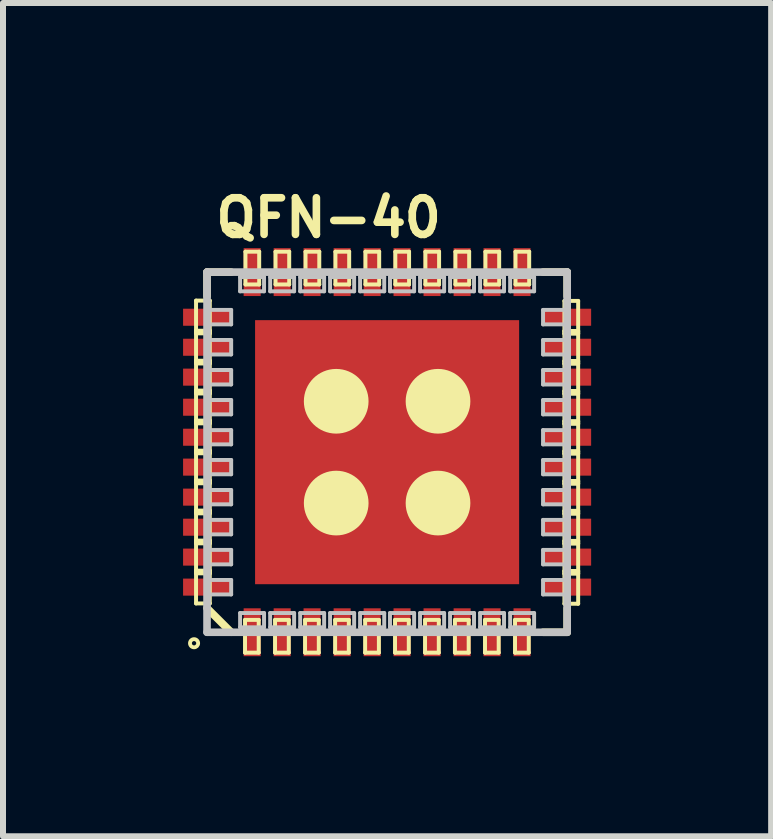
<source format=kicad_pcb>
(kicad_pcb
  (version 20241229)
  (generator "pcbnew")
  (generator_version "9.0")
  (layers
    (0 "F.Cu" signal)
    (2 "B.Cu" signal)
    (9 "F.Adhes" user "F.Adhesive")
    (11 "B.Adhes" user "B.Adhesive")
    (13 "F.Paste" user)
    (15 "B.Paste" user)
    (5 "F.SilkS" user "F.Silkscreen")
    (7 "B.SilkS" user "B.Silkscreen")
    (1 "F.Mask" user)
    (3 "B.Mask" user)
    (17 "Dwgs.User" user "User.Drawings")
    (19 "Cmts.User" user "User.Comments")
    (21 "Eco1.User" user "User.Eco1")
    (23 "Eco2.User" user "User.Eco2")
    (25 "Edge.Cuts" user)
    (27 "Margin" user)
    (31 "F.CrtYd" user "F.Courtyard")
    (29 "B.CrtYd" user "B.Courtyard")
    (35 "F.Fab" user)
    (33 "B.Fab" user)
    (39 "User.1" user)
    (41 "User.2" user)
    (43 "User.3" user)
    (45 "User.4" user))
  (footprint "QFN-40"
    (layer "F.Cu")
    (at 3.399 4.483)
    (property "Reference" "QFN-40" (at -0.975 -3.904 0) (layer "F.SilkS") (effects (font (size 0.61 0.61) (thickness 0.127))))
    (attr smd)
    (fp_line (start -3.183 -2.525) (end -2.954 -2.525) (stroke (width 0.066) (type solid)) (layer "F.SilkS"))
    (fp_line (start -3.183 -2.024) (end -2.954 -2.024) (stroke (width 0.066) (type solid)) (layer "F.SilkS"))
    (fp_line (start -3.183 -1.979) (end -3.183 -2.525) (stroke (width 0.066) (type solid)) (layer "F.SilkS"))
    (fp_line (start -3.183 -1.979) (end -2.954 -1.979) (stroke (width 0.066) (type solid)) (layer "F.SilkS"))
    (fp_line (start -3.183 -1.524) (end -2.954 -1.524) (stroke (width 0.066) (type solid)) (layer "F.SilkS"))
    (fp_line (start -3.183 -1.478) (end -3.183 -2.024) (stroke (width 0.066) (type solid)) (layer "F.SilkS"))
    (fp_line (start -3.183 -1.478) (end -2.954 -1.478) (stroke (width 0.066) (type solid)) (layer "F.SilkS"))
    (fp_line (start -3.183 -1.026) (end -2.954 -1.026) (stroke (width 0.066) (type solid)) (layer "F.SilkS"))
    (fp_line (start -3.183 -0.978) (end -3.183 -1.524) (stroke (width 0.066) (type solid)) (layer "F.SilkS"))
    (fp_line (start -3.183 -0.978) (end -2.954 -0.978) (stroke (width 0.066) (type solid)) (layer "F.SilkS"))
    (fp_line (start -3.183 -0.526) (end -2.954 -0.526) (stroke (width 0.066) (type solid)) (layer "F.SilkS"))
    (fp_line (start -3.183 -0.48) (end -3.183 -1.026) (stroke (width 0.066) (type solid)) (layer "F.SilkS"))
    (fp_line (start -3.183 -0.48) (end -2.954 -0.48) (stroke (width 0.066) (type solid)) (layer "F.SilkS"))
    (fp_line (start -3.183 -0.025) (end -2.954 -0.025) (stroke (width 0.066) (type solid)) (layer "F.SilkS"))
    (fp_line (start -3.183 0.018) (end -3.183 -0.526) (stroke (width 0.066) (type solid)) (layer "F.SilkS"))
    (fp_line (start -3.183 0.018) (end -2.954 0.018) (stroke (width 0.066) (type solid)) (layer "F.SilkS"))
    (fp_line (start -3.183 0.472) (end -2.954 0.472) (stroke (width 0.066) (type solid)) (layer "F.SilkS"))
    (fp_line (start -3.183 0.518) (end -3.183 -0.025) (stroke (width 0.066) (type solid)) (layer "F.SilkS"))
    (fp_line (start -3.183 0.518) (end -2.954 0.518) (stroke (width 0.066) (type solid)) (layer "F.SilkS"))
    (fp_line (start -3.183 0.973) (end -2.954 0.973) (stroke (width 0.066) (type solid)) (layer "F.SilkS"))
    (fp_line (start -3.183 1.019) (end -3.183 0.472) (stroke (width 0.066) (type solid)) (layer "F.SilkS"))
    (fp_line (start -3.183 1.019) (end -2.954 1.019) (stroke (width 0.066) (type solid)) (layer "F.SilkS"))
    (fp_line (start -3.183 1.473) (end -2.954 1.473) (stroke (width 0.066) (type solid)) (layer "F.SilkS"))
    (fp_line (start -3.183 1.519) (end -3.183 0.973) (stroke (width 0.066) (type solid)) (layer "F.SilkS"))
    (fp_line (start -3.183 1.519) (end -2.954 1.519) (stroke (width 0.066) (type solid)) (layer "F.SilkS"))
    (fp_line (start -3.183 1.974) (end -2.954 1.974) (stroke (width 0.066) (type solid)) (layer "F.SilkS"))
    (fp_line (start -3.183 2.019) (end -3.183 1.473) (stroke (width 0.066) (type solid)) (layer "F.SilkS"))
    (fp_line (start -3.183 2.019) (end -2.954 2.019) (stroke (width 0.066) (type solid)) (layer "F.SilkS"))
    (fp_line (start -3.183 2.52) (end -3.183 1.974) (stroke (width 0.066) (type solid)) (layer "F.SilkS"))
    (fp_line (start -3.183 2.52) (end -2.954 2.52) (stroke (width 0.066) (type solid)) (layer "F.SilkS"))
    (fp_line (start -3 -3) (end -2.598 -3) (stroke (width 0.127) (type solid)) (layer "F.SilkS"))
    (fp_line (start -3 -2.598) (end -3 -3) (stroke (width 0.127) (type solid)) (layer "F.SilkS"))
    (fp_line (start -3 2.598) (end -2.598 3) (stroke (width 0.127) (type solid)) (layer "F.SilkS"))
    (fp_line (start -2.954 -1.979) (end -2.954 -2.525) (stroke (width 0.066) (type solid)) (layer "F.SilkS"))
    (fp_line (start -2.954 -1.478) (end -2.954 -2.024) (stroke (width 0.066) (type solid)) (layer "F.SilkS"))
    (fp_line (start -2.954 -0.978) (end -2.954 -1.524) (stroke (width 0.066) (type solid)) (layer "F.SilkS"))
    (fp_line (start -2.954 -0.48) (end -2.954 -1.026) (stroke (width 0.066) (type solid)) (layer "F.SilkS"))
    (fp_line (start -2.954 0.018) (end -2.954 -0.526) (stroke (width 0.066) (type solid)) (layer "F.SilkS"))
    (fp_line (start -2.954 0.518) (end -2.954 -0.025) (stroke (width 0.066) (type solid)) (layer "F.SilkS"))
    (fp_line (start -2.954 1.019) (end -2.954 0.472) (stroke (width 0.066) (type solid)) (layer "F.SilkS"))
    (fp_line (start -2.954 1.519) (end -2.954 0.973) (stroke (width 0.066) (type solid)) (layer "F.SilkS"))
    (fp_line (start -2.954 2.019) (end -2.954 1.473) (stroke (width 0.066) (type solid)) (layer "F.SilkS"))
    (fp_line (start -2.954 2.52) (end -2.954 1.974) (stroke (width 0.066) (type solid)) (layer "F.SilkS"))
    (fp_line (start -2.367 2.794) (end -2.139 2.794) (stroke (width 0.066) (type solid)) (layer "F.SilkS"))
    (fp_line (start -2.367 3.34) (end -2.367 2.794) (stroke (width 0.066) (type solid)) (layer "F.SilkS"))
    (fp_line (start -2.367 3.34) (end -2.139 3.34) (stroke (width 0.066) (type solid)) (layer "F.SilkS"))
    (fp_line (start -2.36 -3.34) (end -2.131 -3.34) (stroke (width 0.066) (type solid)) (layer "F.SilkS"))
    (fp_line (start -2.36 -2.794) (end -2.36 -3.34) (stroke (width 0.066) (type solid)) (layer "F.SilkS"))
    (fp_line (start -2.36 -2.794) (end -2.131 -2.794) (stroke (width 0.066) (type solid)) (layer "F.SilkS"))
    (fp_line (start -2.139 3.34) (end -2.139 2.794) (stroke (width 0.066) (type solid)) (layer "F.SilkS"))
    (fp_line (start -2.131 -2.794) (end -2.131 -3.34) (stroke (width 0.066) (type solid)) (layer "F.SilkS"))
    (fp_line (start -1.867 2.794) (end -1.638 2.794) (stroke (width 0.066) (type solid)) (layer "F.SilkS"))
    (fp_line (start -1.867 3.34) (end -1.867 2.794) (stroke (width 0.066) (type solid)) (layer "F.SilkS"))
    (fp_line (start -1.867 3.34) (end -1.638 3.34) (stroke (width 0.066) (type solid)) (layer "F.SilkS"))
    (fp_line (start -1.859 -3.34) (end -1.631 -3.34) (stroke (width 0.066) (type solid)) (layer "F.SilkS"))
    (fp_line (start -1.859 -2.794) (end -1.859 -3.34) (stroke (width 0.066) (type solid)) (layer "F.SilkS"))
    (fp_line (start -1.859 -2.794) (end -1.631 -2.794) (stroke (width 0.066) (type solid)) (layer "F.SilkS"))
    (fp_line (start -1.638 3.34) (end -1.638 2.794) (stroke (width 0.066) (type solid)) (layer "F.SilkS"))
    (fp_line (start -1.631 -2.794) (end -1.631 -3.34) (stroke (width 0.066) (type solid)) (layer "F.SilkS"))
    (fp_line (start -1.367 2.794) (end -1.138 2.794) (stroke (width 0.066) (type solid)) (layer "F.SilkS"))
    (fp_line (start -1.367 3.34) (end -1.367 2.794) (stroke (width 0.066) (type solid)) (layer "F.SilkS"))
    (fp_line (start -1.367 3.34) (end -1.138 3.34) (stroke (width 0.066) (type solid)) (layer "F.SilkS"))
    (fp_line (start -1.359 -3.34) (end -1.13 -3.34) (stroke (width 0.066) (type solid)) (layer "F.SilkS"))
    (fp_line (start -1.359 -2.794) (end -1.359 -3.34) (stroke (width 0.066) (type solid)) (layer "F.SilkS"))
    (fp_line (start -1.359 -2.794) (end -1.13 -2.794) (stroke (width 0.066) (type solid)) (layer "F.SilkS"))
    (fp_line (start -1.138 3.34) (end -1.138 2.794) (stroke (width 0.066) (type solid)) (layer "F.SilkS"))
    (fp_line (start -1.13 -2.794) (end -1.13 -3.34) (stroke (width 0.066) (type solid)) (layer "F.SilkS"))
    (fp_line (start -0.866 2.794) (end -0.638 2.794) (stroke (width 0.066) (type solid)) (layer "F.SilkS"))
    (fp_line (start -0.866 3.34) (end -0.866 2.794) (stroke (width 0.066) (type solid)) (layer "F.SilkS"))
    (fp_line (start -0.866 3.34) (end -0.638 3.34) (stroke (width 0.066) (type solid)) (layer "F.SilkS"))
    (fp_line (start -0.861 -3.34) (end -0.632 -3.34) (stroke (width 0.066) (type solid)) (layer "F.SilkS"))
    (fp_line (start -0.861 -2.794) (end -0.861 -3.34) (stroke (width 0.066) (type solid)) (layer "F.SilkS"))
    (fp_line (start -0.861 -2.794) (end -0.632 -2.794) (stroke (width 0.066) (type solid)) (layer "F.SilkS"))
    (fp_line (start -0.638 3.34) (end -0.638 2.794) (stroke (width 0.066) (type solid)) (layer "F.SilkS"))
    (fp_line (start -0.632 -2.794) (end -0.632 -3.34) (stroke (width 0.066) (type solid)) (layer "F.SilkS"))
    (fp_line (start -0.366 2.794) (end -0.137 2.794) (stroke (width 0.066) (type solid)) (layer "F.SilkS"))
    (fp_line (start -0.366 3.34) (end -0.366 2.794) (stroke (width 0.066) (type solid)) (layer "F.SilkS"))
    (fp_line (start -0.366 3.34) (end -0.137 3.34) (stroke (width 0.066) (type solid)) (layer "F.SilkS"))
    (fp_line (start -0.361 -3.34) (end -0.132 -3.34) (stroke (width 0.066) (type solid)) (layer "F.SilkS"))
    (fp_line (start -0.361 -2.794) (end -0.361 -3.34) (stroke (width 0.066) (type solid)) (layer "F.SilkS"))
    (fp_line (start -0.361 -2.794) (end -0.132 -2.794) (stroke (width 0.066) (type solid)) (layer "F.SilkS"))
    (fp_line (start -0.137 3.34) (end -0.137 2.794) (stroke (width 0.066) (type solid)) (layer "F.SilkS"))
    (fp_line (start -0.132 -2.794) (end -0.132 -3.34) (stroke (width 0.066) (type solid)) (layer "F.SilkS"))
    (fp_line (start 0.132 2.794) (end 0.361 2.794) (stroke (width 0.066) (type solid)) (layer "F.SilkS"))
    (fp_line (start 0.132 3.34) (end 0.132 2.794) (stroke (width 0.066) (type solid)) (layer "F.SilkS"))
    (fp_line (start 0.132 3.34) (end 0.361 3.34) (stroke (width 0.066) (type solid)) (layer "F.SilkS"))
    (fp_line (start 0.137 -3.34) (end 0.366 -3.34) (stroke (width 0.066) (type solid)) (layer "F.SilkS"))
    (fp_line (start 0.137 -2.794) (end 0.137 -3.34) (stroke (width 0.066) (type solid)) (layer "F.SilkS"))
    (fp_line (start 0.137 -2.794) (end 0.366 -2.794) (stroke (width 0.066) (type solid)) (layer "F.SilkS"))
    (fp_line (start 0.361 3.34) (end 0.361 2.794) (stroke (width 0.066) (type solid)) (layer "F.SilkS"))
    (fp_line (start 0.366 -2.794) (end 0.366 -3.34) (stroke (width 0.066) (type solid)) (layer "F.SilkS"))
    (fp_line (start 0.632 2.794) (end 0.861 2.794) (stroke (width 0.066) (type solid)) (layer "F.SilkS"))
    (fp_line (start 0.632 3.34) (end 0.632 2.794) (stroke (width 0.066) (type solid)) (layer "F.SilkS"))
    (fp_line (start 0.632 3.34) (end 0.861 3.34) (stroke (width 0.066) (type solid)) (layer "F.SilkS"))
    (fp_line (start 0.638 -3.34) (end 0.866 -3.34) (stroke (width 0.066) (type solid)) (layer "F.SilkS"))
    (fp_line (start 0.638 -2.794) (end 0.638 -3.34) (stroke (width 0.066) (type solid)) (layer "F.SilkS"))
    (fp_line (start 0.638 -2.794) (end 0.866 -2.794) (stroke (width 0.066) (type solid)) (layer "F.SilkS"))
    (fp_line (start 0.861 3.34) (end 0.861 2.794) (stroke (width 0.066) (type solid)) (layer "F.SilkS"))
    (fp_line (start 0.866 -2.794) (end 0.866 -3.34) (stroke (width 0.066) (type solid)) (layer "F.SilkS"))
    (fp_line (start 1.13 2.794) (end 1.359 2.794) (stroke (width 0.066) (type solid)) (layer "F.SilkS"))
    (fp_line (start 1.13 3.34) (end 1.13 2.794) (stroke (width 0.066) (type solid)) (layer "F.SilkS"))
    (fp_line (start 1.13 3.34) (end 1.359 3.34) (stroke (width 0.066) (type solid)) (layer "F.SilkS"))
    (fp_line (start 1.138 -3.34) (end 1.367 -3.34) (stroke (width 0.066) (type solid)) (layer "F.SilkS"))
    (fp_line (start 1.138 -2.794) (end 1.138 -3.34) (stroke (width 0.066) (type solid)) (layer "F.SilkS"))
    (fp_line (start 1.138 -2.794) (end 1.367 -2.794) (stroke (width 0.066) (type solid)) (layer "F.SilkS"))
    (fp_line (start 1.359 3.34) (end 1.359 2.794) (stroke (width 0.066) (type solid)) (layer "F.SilkS"))
    (fp_line (start 1.367 -2.794) (end 1.367 -3.34) (stroke (width 0.066) (type solid)) (layer "F.SilkS"))
    (fp_line (start 1.631 2.794) (end 1.859 2.794) (stroke (width 0.066) (type solid)) (layer "F.SilkS"))
    (fp_line (start 1.631 3.34) (end 1.631 2.794) (stroke (width 0.066) (type solid)) (layer "F.SilkS"))
    (fp_line (start 1.631 3.34) (end 1.859 3.34) (stroke (width 0.066) (type solid)) (layer "F.SilkS"))
    (fp_line (start 1.638 -3.34) (end 1.867 -3.34) (stroke (width 0.066) (type solid)) (layer "F.SilkS"))
    (fp_line (start 1.638 -2.794) (end 1.638 -3.34) (stroke (width 0.066) (type solid)) (layer "F.SilkS"))
    (fp_line (start 1.638 -2.794) (end 1.867 -2.794) (stroke (width 0.066) (type solid)) (layer "F.SilkS"))
    (fp_line (start 1.859 3.34) (end 1.859 2.794) (stroke (width 0.066) (type solid)) (layer "F.SilkS"))
    (fp_line (start 1.867 -2.794) (end 1.867 -3.34) (stroke (width 0.066) (type solid)) (layer "F.SilkS"))
    (fp_line (start 2.131 2.794) (end 2.36 2.794) (stroke (width 0.066) (type solid)) (layer "F.SilkS"))
    (fp_line (start 2.131 3.34) (end 2.131 2.794) (stroke (width 0.066) (type solid)) (layer "F.SilkS"))
    (fp_line (start 2.131 3.34) (end 2.36 3.34) (stroke (width 0.066) (type solid)) (layer "F.SilkS"))
    (fp_line (start 2.139 -3.34) (end 2.367 -3.34) (stroke (width 0.066) (type solid)) (layer "F.SilkS"))
    (fp_line (start 2.139 -2.794) (end 2.139 -3.34) (stroke (width 0.066) (type solid)) (layer "F.SilkS"))
    (fp_line (start 2.139 -2.794) (end 2.367 -2.794) (stroke (width 0.066) (type solid)) (layer "F.SilkS"))
    (fp_line (start 2.36 3.34) (end 2.36 2.794) (stroke (width 0.066) (type solid)) (layer "F.SilkS"))
    (fp_line (start 2.367 -2.794) (end 2.367 -3.34) (stroke (width 0.066) (type solid)) (layer "F.SilkS"))
    (fp_line (start 2.598 -3) (end 3 -3) (stroke (width 0.127) (type solid)) (layer "F.SilkS"))
    (fp_line (start 2.954 -2.52) (end 3.183 -2.52) (stroke (width 0.066) (type solid)) (layer "F.SilkS"))
    (fp_line (start 2.954 -2.019) (end 3.183 -2.019) (stroke (width 0.066) (type solid)) (layer "F.SilkS"))
    (fp_line (start 2.954 -1.974) (end 2.954 -2.52) (stroke (width 0.066) (type solid)) (layer "F.SilkS"))
    (fp_line (start 2.954 -1.974) (end 3.183 -1.974) (stroke (width 0.066) (type solid)) (layer "F.SilkS"))
    (fp_line (start 2.954 -1.519) (end 3.183 -1.519) (stroke (width 0.066) (type solid)) (layer "F.SilkS"))
    (fp_line (start 2.954 -1.473) (end 2.954 -2.019) (stroke (width 0.066) (type solid)) (layer "F.SilkS"))
    (fp_line (start 2.954 -1.473) (end 3.183 -1.473) (stroke (width 0.066) (type solid)) (layer "F.SilkS"))
    (fp_line (start 2.954 -1.019) (end 3.183 -1.019) (stroke (width 0.066) (type solid)) (layer "F.SilkS"))
    (fp_line (start 2.954 -0.973) (end 2.954 -1.519) (stroke (width 0.066) (type solid)) (layer "F.SilkS"))
    (fp_line (start 2.954 -0.973) (end 3.183 -0.973) (stroke (width 0.066) (type solid)) (layer "F.SilkS"))
    (fp_line (start 2.954 -0.518) (end 3.183 -0.518) (stroke (width 0.066) (type solid)) (layer "F.SilkS"))
    (fp_line (start 2.954 -0.472) (end 2.954 -1.019) (stroke (width 0.066) (type solid)) (layer "F.SilkS"))
    (fp_line (start 2.954 -0.472) (end 3.183 -0.472) (stroke (width 0.066) (type solid)) (layer "F.SilkS"))
    (fp_line (start 2.954 -0.018) (end 3.183 -0.018) (stroke (width 0.066) (type solid)) (layer "F.SilkS"))
    (fp_line (start 2.954 0.025) (end 2.954 -0.518) (stroke (width 0.066) (type solid)) (layer "F.SilkS"))
    (fp_line (start 2.954 0.025) (end 3.183 0.025) (stroke (width 0.066) (type solid)) (layer "F.SilkS"))
    (fp_line (start 2.954 0.48) (end 3.183 0.48) (stroke (width 0.066) (type solid)) (layer "F.SilkS"))
    (fp_line (start 2.954 0.526) (end 2.954 -0.018) (stroke (width 0.066) (type solid)) (layer "F.SilkS"))
    (fp_line (start 2.954 0.526) (end 3.183 0.526) (stroke (width 0.066) (type solid)) (layer "F.SilkS"))
    (fp_line (start 2.954 0.978) (end 3.183 0.978) (stroke (width 0.066) (type solid)) (layer "F.SilkS"))
    (fp_line (start 2.954 1.026) (end 2.954 0.48) (stroke (width 0.066) (type solid)) (layer "F.SilkS"))
    (fp_line (start 2.954 1.026) (end 3.183 1.026) (stroke (width 0.066) (type solid)) (layer "F.SilkS"))
    (fp_line (start 2.954 1.478) (end 3.183 1.478) (stroke (width 0.066) (type solid)) (layer "F.SilkS"))
    (fp_line (start 2.954 1.524) (end 2.954 0.978) (stroke (width 0.066) (type solid)) (layer "F.SilkS"))
    (fp_line (start 2.954 1.524) (end 3.183 1.524) (stroke (width 0.066) (type solid)) (layer "F.SilkS"))
    (fp_line (start 2.954 1.979) (end 3.183 1.979) (stroke (width 0.066) (type solid)) (layer "F.SilkS"))
    (fp_line (start 2.954 2.024) (end 2.954 1.478) (stroke (width 0.066) (type solid)) (layer "F.SilkS"))
    (fp_line (start 2.954 2.024) (end 3.183 2.024) (stroke (width 0.066) (type solid)) (layer "F.SilkS"))
    (fp_line (start 2.954 2.525) (end 2.954 1.979) (stroke (width 0.066) (type solid)) (layer "F.SilkS"))
    (fp_line (start 2.954 2.525) (end 3.183 2.525) (stroke (width 0.066) (type solid)) (layer "F.SilkS"))
    (fp_line (start 3 -3) (end 3 -2.598) (stroke (width 0.127) (type solid)) (layer "F.SilkS"))
    (fp_line (start 3 2.598) (end 3 3) (stroke (width 0.127) (type solid)) (layer "F.SilkS"))
    (fp_line (start 3 3) (end 2.598 3) (stroke (width 0.127) (type solid)) (layer "F.SilkS"))
    (fp_line (start 3.183 -1.974) (end 3.183 -2.52) (stroke (width 0.066) (type solid)) (layer "F.SilkS"))
    (fp_line (start 3.183 -1.473) (end 3.183 -2.019) (stroke (width 0.066) (type solid)) (layer "F.SilkS"))
    (fp_line (start 3.183 -0.973) (end 3.183 -1.519) (stroke (width 0.066) (type solid)) (layer "F.SilkS"))
    (fp_line (start 3.183 -0.472) (end 3.183 -1.019) (stroke (width 0.066) (type solid)) (layer "F.SilkS"))
    (fp_line (start 3.183 0.025) (end 3.183 -0.518) (stroke (width 0.066) (type solid)) (layer "F.SilkS"))
    (fp_line (start 3.183 0.526) (end 3.183 -0.018) (stroke (width 0.066) (type solid)) (layer "F.SilkS"))
    (fp_line (start 3.183 1.026) (end 3.183 0.48) (stroke (width 0.066) (type solid)) (layer "F.SilkS"))
    (fp_line (start 3.183 1.524) (end 3.183 0.978) (stroke (width 0.066) (type solid)) (layer "F.SilkS"))
    (fp_line (start 3.183 2.024) (end 3.183 1.478) (stroke (width 0.066) (type solid)) (layer "F.SilkS"))
    (fp_line (start 3.183 2.525) (end 3.183 1.979) (stroke (width 0.066) (type solid)) (layer "F.SilkS"))
    (fp_circle (center -3.216 3.183) (end -3.264 3.231) (stroke (width 0.064) (type solid)) (fill no) (layer "F.SilkS"))
    (fp_circle (center -0.848 -0.848) (end -1.229 -1.229) (stroke (width 0) (type solid)) (fill yes) (layer "F.SilkS"))
    (fp_circle (center -0.848 0.848) (end -1.229 1.229) (stroke (width 0) (type solid)) (fill yes) (layer "F.SilkS"))
    (fp_circle (center 0.848 -0.848) (end 1.229 -1.229) (stroke (width 0) (type solid)) (fill yes) (layer "F.SilkS"))
    (fp_circle (center 0.848 0.848) (end 1.229 1.229) (stroke (width 0) (type solid)) (fill yes) (layer "F.SilkS"))
    (fp_line (start -3 -3) (end -3 3) (stroke (width 0.127) (type solid)) (layer "Dwgs.User"))
    (fp_line (start -3 -2.37) (end -2.598 -2.37) (stroke (width 0.066) (type solid)) (layer "Dwgs.User"))
    (fp_line (start -3 -2.129) (end -3 -2.37) (stroke (width 0.066) (type solid)) (layer "Dwgs.User"))
    (fp_line (start -3 -2.129) (end -2.598 -2.129) (stroke (width 0.066) (type solid)) (layer "Dwgs.User"))
    (fp_line (start -3 -1.869) (end -2.598 -1.869) (stroke (width 0.066) (type solid)) (layer "Dwgs.User"))
    (fp_line (start -3 -1.628) (end -3 -1.869) (stroke (width 0.066) (type solid)) (layer "Dwgs.User"))
    (fp_line (start -3 -1.628) (end -2.598 -1.628) (stroke (width 0.066) (type solid)) (layer "Dwgs.User"))
    (fp_line (start -3 -1.369) (end -2.598 -1.369) (stroke (width 0.066) (type solid)) (layer "Dwgs.User"))
    (fp_line (start -3 -1.128) (end -3 -1.369) (stroke (width 0.066) (type solid)) (layer "Dwgs.User"))
    (fp_line (start -3 -1.128) (end -2.598 -1.128) (stroke (width 0.066) (type solid)) (layer "Dwgs.User"))
    (fp_line (start -3 -0.869) (end -2.598 -0.869) (stroke (width 0.066) (type solid)) (layer "Dwgs.User"))
    (fp_line (start -3 -0.63) (end -3 -0.869) (stroke (width 0.066) (type solid)) (layer "Dwgs.User"))
    (fp_line (start -3 -0.63) (end -2.598 -0.63) (stroke (width 0.066) (type solid)) (layer "Dwgs.User"))
    (fp_line (start -3 -0.368) (end -2.598 -0.368) (stroke (width 0.066) (type solid)) (layer "Dwgs.User"))
    (fp_line (start -3 -0.13) (end -3 -0.368) (stroke (width 0.066) (type solid)) (layer "Dwgs.User"))
    (fp_line (start -3 -0.13) (end -2.598 -0.13) (stroke (width 0.066) (type solid)) (layer "Dwgs.User"))
    (fp_line (start -3 0.13) (end -2.598 0.13) (stroke (width 0.066) (type solid)) (layer "Dwgs.User"))
    (fp_line (start -3 0.368) (end -3 0.13) (stroke (width 0.066) (type solid)) (layer "Dwgs.User"))
    (fp_line (start -3 0.368) (end -2.598 0.368) (stroke (width 0.066) (type solid)) (layer "Dwgs.User"))
    (fp_line (start -3 0.63) (end -2.598 0.63) (stroke (width 0.066) (type solid)) (layer "Dwgs.User"))
    (fp_line (start -3 0.869) (end -3 0.63) (stroke (width 0.066) (type solid)) (layer "Dwgs.User"))
    (fp_line (start -3 0.869) (end -2.598 0.869) (stroke (width 0.066) (type solid)) (layer "Dwgs.User"))
    (fp_line (start -3 1.128) (end -2.598 1.128) (stroke (width 0.066) (type solid)) (layer "Dwgs.User"))
    (fp_line (start -3 1.369) (end -3 1.128) (stroke (width 0.066) (type solid)) (layer "Dwgs.User"))
    (fp_line (start -3 1.369) (end -2.598 1.369) (stroke (width 0.066) (type solid)) (layer "Dwgs.User"))
    (fp_line (start -3 1.628) (end -2.598 1.628) (stroke (width 0.066) (type solid)) (layer "Dwgs.User"))
    (fp_line (start -3 1.869) (end -3 1.628) (stroke (width 0.066) (type solid)) (layer "Dwgs.User"))
    (fp_line (start -3 1.869) (end -2.598 1.869) (stroke (width 0.066) (type solid)) (layer "Dwgs.User"))
    (fp_line (start -3 2.129) (end -2.598 2.129) (stroke (width 0.066) (type solid)) (layer "Dwgs.User"))
    (fp_line (start -3 2.37) (end -3 2.129) (stroke (width 0.066) (type solid)) (layer "Dwgs.User"))
    (fp_line (start -3 2.37) (end -2.598 2.37) (stroke (width 0.066) (type solid)) (layer "Dwgs.User"))
    (fp_line (start -3 3) (end 3 3) (stroke (width 0.127) (type solid)) (layer "Dwgs.User"))
    (fp_line (start -2.598 -2.129) (end -2.598 -2.37) (stroke (width 0.066) (type solid)) (layer "Dwgs.User"))
    (fp_line (start -2.598 -1.628) (end -2.598 -1.869) (stroke (width 0.066) (type solid)) (layer "Dwgs.User"))
    (fp_line (start -2.598 -1.128) (end -2.598 -1.369) (stroke (width 0.066) (type solid)) (layer "Dwgs.User"))
    (fp_line (start -2.598 -0.63) (end -2.598 -0.869) (stroke (width 0.066) (type solid)) (layer "Dwgs.User"))
    (fp_line (start -2.598 -0.13) (end -2.598 -0.368) (stroke (width 0.066) (type solid)) (layer "Dwgs.User"))
    (fp_line (start -2.598 0.368) (end -2.598 0.13) (stroke (width 0.066) (type solid)) (layer "Dwgs.User"))
    (fp_line (start -2.598 0.869) (end -2.598 0.63) (stroke (width 0.066) (type solid)) (layer "Dwgs.User"))
    (fp_line (start -2.598 1.369) (end -2.598 1.128) (stroke (width 0.066) (type solid)) (layer "Dwgs.User"))
    (fp_line (start -2.598 1.869) (end -2.598 1.628) (stroke (width 0.066) (type solid)) (layer "Dwgs.User"))
    (fp_line (start -2.598 2.37) (end -2.598 2.129) (stroke (width 0.066) (type solid)) (layer "Dwgs.User"))
    (fp_line (start -2.449 -2.918) (end -2.05 -2.918) (stroke (width 0.066) (type solid)) (layer "Dwgs.User"))
    (fp_line (start -2.449 -2.68) (end -2.449 -2.918) (stroke (width 0.066) (type solid)) (layer "Dwgs.User"))
    (fp_line (start -2.449 -2.68) (end -2.05 -2.68) (stroke (width 0.066) (type solid)) (layer "Dwgs.User"))
    (fp_line (start -2.449 2.68) (end -2.05 2.68) (stroke (width 0.066) (type solid)) (layer "Dwgs.User"))
    (fp_line (start -2.449 2.918) (end -2.449 2.68) (stroke (width 0.066) (type solid)) (layer "Dwgs.User"))
    (fp_line (start -2.449 2.918) (end -2.05 2.918) (stroke (width 0.066) (type solid)) (layer "Dwgs.User"))
    (fp_line (start -2.05 -2.68) (end -2.05 -2.918) (stroke (width 0.066) (type solid)) (layer "Dwgs.User"))
    (fp_line (start -2.05 2.918) (end -2.05 2.68) (stroke (width 0.066) (type solid)) (layer "Dwgs.User"))
    (fp_line (start -1.948 -2.918) (end -1.549 -2.918) (stroke (width 0.066) (type solid)) (layer "Dwgs.User"))
    (fp_line (start -1.948 -2.68) (end -1.948 -2.918) (stroke (width 0.066) (type solid)) (layer "Dwgs.User"))
    (fp_line (start -1.948 -2.68) (end -1.549 -2.68) (stroke (width 0.066) (type solid)) (layer "Dwgs.User"))
    (fp_line (start -1.948 2.68) (end -1.549 2.68) (stroke (width 0.066) (type solid)) (layer "Dwgs.User"))
    (fp_line (start -1.948 2.918) (end -1.948 2.68) (stroke (width 0.066) (type solid)) (layer "Dwgs.User"))
    (fp_line (start -1.948 2.918) (end -1.549 2.918) (stroke (width 0.066) (type solid)) (layer "Dwgs.User"))
    (fp_line (start -1.549 -2.68) (end -1.549 -2.918) (stroke (width 0.066) (type solid)) (layer "Dwgs.User"))
    (fp_line (start -1.549 2.918) (end -1.549 2.68) (stroke (width 0.066) (type solid)) (layer "Dwgs.User"))
    (fp_line (start -1.448 -2.918) (end -1.049 -2.918) (stroke (width 0.066) (type solid)) (layer "Dwgs.User"))
    (fp_line (start -1.448 -2.68) (end -1.448 -2.918) (stroke (width 0.066) (type solid)) (layer "Dwgs.User"))
    (fp_line (start -1.448 -2.68) (end -1.049 -2.68) (stroke (width 0.066) (type solid)) (layer "Dwgs.User"))
    (fp_line (start -1.448 2.68) (end -1.049 2.68) (stroke (width 0.066) (type solid)) (layer "Dwgs.User"))
    (fp_line (start -1.448 2.918) (end -1.448 2.68) (stroke (width 0.066) (type solid)) (layer "Dwgs.User"))
    (fp_line (start -1.448 2.918) (end -1.049 2.918) (stroke (width 0.066) (type solid)) (layer "Dwgs.User"))
    (fp_line (start -1.049 -2.68) (end -1.049 -2.918) (stroke (width 0.066) (type solid)) (layer "Dwgs.User"))
    (fp_line (start -1.049 2.918) (end -1.049 2.68) (stroke (width 0.066) (type solid)) (layer "Dwgs.User"))
    (fp_line (start -0.95 -2.918) (end -0.549 -2.918) (stroke (width 0.066) (type solid)) (layer "Dwgs.User"))
    (fp_line (start -0.95 -2.68) (end -0.95 -2.918) (stroke (width 0.066) (type solid)) (layer "Dwgs.User"))
    (fp_line (start -0.95 -2.68) (end -0.549 -2.68) (stroke (width 0.066) (type solid)) (layer "Dwgs.User"))
    (fp_line (start -0.95 2.68) (end -0.549 2.68) (stroke (width 0.066) (type solid)) (layer "Dwgs.User"))
    (fp_line (start -0.95 2.918) (end -0.95 2.68) (stroke (width 0.066) (type solid)) (layer "Dwgs.User"))
    (fp_line (start -0.95 2.918) (end -0.549 2.918) (stroke (width 0.066) (type solid)) (layer "Dwgs.User"))
    (fp_line (start -0.549 -2.68) (end -0.549 -2.918) (stroke (width 0.066) (type solid)) (layer "Dwgs.User"))
    (fp_line (start -0.549 2.918) (end -0.549 2.68) (stroke (width 0.066) (type solid)) (layer "Dwgs.User"))
    (fp_line (start -0.45 -2.918) (end -0.048 -2.918) (stroke (width 0.066) (type solid)) (layer "Dwgs.User"))
    (fp_line (start -0.45 -2.68) (end -0.45 -2.918) (stroke (width 0.066) (type solid)) (layer "Dwgs.User"))
    (fp_line (start -0.45 -2.68) (end -0.048 -2.68) (stroke (width 0.066) (type solid)) (layer "Dwgs.User"))
    (fp_line (start -0.45 2.68) (end -0.048 2.68) (stroke (width 0.066) (type solid)) (layer "Dwgs.User"))
    (fp_line (start -0.45 2.918) (end -0.45 2.68) (stroke (width 0.066) (type solid)) (layer "Dwgs.User"))
    (fp_line (start -0.45 2.918) (end -0.048 2.918) (stroke (width 0.066) (type solid)) (layer "Dwgs.User"))
    (fp_line (start -0.048 -2.68) (end -0.048 -2.918) (stroke (width 0.066) (type solid)) (layer "Dwgs.User"))
    (fp_line (start -0.048 2.918) (end -0.048 2.68) (stroke (width 0.066) (type solid)) (layer "Dwgs.User"))
    (fp_line (start 0.048 -2.918) (end 0.45 -2.918) (stroke (width 0.066) (type solid)) (layer "Dwgs.User"))
    (fp_line (start 0.048 -2.68) (end 0.048 -2.918) (stroke (width 0.066) (type solid)) (layer "Dwgs.User"))
    (fp_line (start 0.048 -2.68) (end 0.45 -2.68) (stroke (width 0.066) (type solid)) (layer "Dwgs.User"))
    (fp_line (start 0.048 2.68) (end 0.45 2.68) (stroke (width 0.066) (type solid)) (layer "Dwgs.User"))
    (fp_line (start 0.048 2.918) (end 0.048 2.68) (stroke (width 0.066) (type solid)) (layer "Dwgs.User"))
    (fp_line (start 0.048 2.918) (end 0.45 2.918) (stroke (width 0.066) (type solid)) (layer "Dwgs.User"))
    (fp_line (start 0.45 -2.68) (end 0.45 -2.918) (stroke (width 0.066) (type solid)) (layer "Dwgs.User"))
    (fp_line (start 0.45 2.918) (end 0.45 2.68) (stroke (width 0.066) (type solid)) (layer "Dwgs.User"))
    (fp_line (start 0.549 -2.918) (end 0.95 -2.918) (stroke (width 0.066) (type solid)) (layer "Dwgs.User"))
    (fp_line (start 0.549 -2.68) (end 0.549 -2.918) (stroke (width 0.066) (type solid)) (layer "Dwgs.User"))
    (fp_line (start 0.549 -2.68) (end 0.95 -2.68) (stroke (width 0.066) (type solid)) (layer "Dwgs.User"))
    (fp_line (start 0.549 2.68) (end 0.95 2.68) (stroke (width 0.066) (type solid)) (layer "Dwgs.User"))
    (fp_line (start 0.549 2.918) (end 0.549 2.68) (stroke (width 0.066) (type solid)) (layer "Dwgs.User"))
    (fp_line (start 0.549 2.918) (end 0.95 2.918) (stroke (width 0.066) (type solid)) (layer "Dwgs.User"))
    (fp_line (start 0.95 -2.68) (end 0.95 -2.918) (stroke (width 0.066) (type solid)) (layer "Dwgs.User"))
    (fp_line (start 0.95 2.918) (end 0.95 2.68) (stroke (width 0.066) (type solid)) (layer "Dwgs.User"))
    (fp_line (start 1.049 -2.918) (end 1.448 -2.918) (stroke (width 0.066) (type solid)) (layer "Dwgs.User"))
    (fp_line (start 1.049 -2.68) (end 1.049 -2.918) (stroke (width 0.066) (type solid)) (layer "Dwgs.User"))
    (fp_line (start 1.049 -2.68) (end 1.448 -2.68) (stroke (width 0.066) (type solid)) (layer "Dwgs.User"))
    (fp_line (start 1.049 2.68) (end 1.448 2.68) (stroke (width 0.066) (type solid)) (layer "Dwgs.User"))
    (fp_line (start 1.049 2.918) (end 1.049 2.68) (stroke (width 0.066) (type solid)) (layer "Dwgs.User"))
    (fp_line (start 1.049 2.918) (end 1.448 2.918) (stroke (width 0.066) (type solid)) (layer "Dwgs.User"))
    (fp_line (start 1.448 -2.68) (end 1.448 -2.918) (stroke (width 0.066) (type solid)) (layer "Dwgs.User"))
    (fp_line (start 1.448 2.918) (end 1.448 2.68) (stroke (width 0.066) (type solid)) (layer "Dwgs.User"))
    (fp_line (start 1.549 -2.918) (end 1.948 -2.918) (stroke (width 0.066) (type solid)) (layer "Dwgs.User"))
    (fp_line (start 1.549 -2.68) (end 1.549 -2.918) (stroke (width 0.066) (type solid)) (layer "Dwgs.User"))
    (fp_line (start 1.549 -2.68) (end 1.948 -2.68) (stroke (width 0.066) (type solid)) (layer "Dwgs.User"))
    (fp_line (start 1.549 2.68) (end 1.948 2.68) (stroke (width 0.066) (type solid)) (layer "Dwgs.User"))
    (fp_line (start 1.549 2.918) (end 1.549 2.68) (stroke (width 0.066) (type solid)) (layer "Dwgs.User"))
    (fp_line (start 1.549 2.918) (end 1.948 2.918) (stroke (width 0.066) (type solid)) (layer "Dwgs.User"))
    (fp_line (start 1.948 -2.68) (end 1.948 -2.918) (stroke (width 0.066) (type solid)) (layer "Dwgs.User"))
    (fp_line (start 1.948 2.918) (end 1.948 2.68) (stroke (width 0.066) (type solid)) (layer "Dwgs.User"))
    (fp_line (start 2.05 -2.918) (end 2.449 -2.918) (stroke (width 0.066) (type solid)) (layer "Dwgs.User"))
    (fp_line (start 2.05 -2.68) (end 2.05 -2.918) (stroke (width 0.066) (type solid)) (layer "Dwgs.User"))
    (fp_line (start 2.05 -2.68) (end 2.449 -2.68) (stroke (width 0.066) (type solid)) (layer "Dwgs.User"))
    (fp_line (start 2.05 2.68) (end 2.449 2.68) (stroke (width 0.066) (type solid)) (layer "Dwgs.User"))
    (fp_line (start 2.05 2.918) (end 2.05 2.68) (stroke (width 0.066) (type solid)) (layer "Dwgs.User"))
    (fp_line (start 2.05 2.918) (end 2.449 2.918) (stroke (width 0.066) (type solid)) (layer "Dwgs.User"))
    (fp_line (start 2.449 -2.68) (end 2.449 -2.918) (stroke (width 0.066) (type solid)) (layer "Dwgs.User"))
    (fp_line (start 2.449 2.918) (end 2.449 2.68) (stroke (width 0.066) (type solid)) (layer "Dwgs.User"))
    (fp_line (start 2.598 -2.37) (end 3 -2.37) (stroke (width 0.066) (type solid)) (layer "Dwgs.User"))
    (fp_line (start 2.598 -2.129) (end 2.598 -2.37) (stroke (width 0.066) (type solid)) (layer "Dwgs.User"))
    (fp_line (start 2.598 -2.129) (end 3 -2.129) (stroke (width 0.066) (type solid)) (layer "Dwgs.User"))
    (fp_line (start 2.598 -1.869) (end 3 -1.869) (stroke (width 0.066) (type solid)) (layer "Dwgs.User"))
    (fp_line (start 2.598 -1.628) (end 2.598 -1.869) (stroke (width 0.066) (type solid)) (layer "Dwgs.User"))
    (fp_line (start 2.598 -1.628) (end 3 -1.628) (stroke (width 0.066) (type solid)) (layer "Dwgs.User"))
    (fp_line (start 2.598 -1.369) (end 3 -1.369) (stroke (width 0.066) (type solid)) (layer "Dwgs.User"))
    (fp_line (start 2.598 -1.128) (end 2.598 -1.369) (stroke (width 0.066) (type solid)) (layer "Dwgs.User"))
    (fp_line (start 2.598 -1.128) (end 3 -1.128) (stroke (width 0.066) (type solid)) (layer "Dwgs.User"))
    (fp_line (start 2.598 -0.869) (end 3 -0.869) (stroke (width 0.066) (type solid)) (layer "Dwgs.User"))
    (fp_line (start 2.598 -0.63) (end 2.598 -0.869) (stroke (width 0.066) (type solid)) (layer "Dwgs.User"))
    (fp_line (start 2.598 -0.63) (end 3 -0.63) (stroke (width 0.066) (type solid)) (layer "Dwgs.User"))
    (fp_line (start 2.598 -0.368) (end 3 -0.368) (stroke (width 0.066) (type solid)) (layer "Dwgs.User"))
    (fp_line (start 2.598 -0.13) (end 2.598 -0.368) (stroke (width 0.066) (type solid)) (layer "Dwgs.User"))
    (fp_line (start 2.598 -0.13) (end 3 -0.13) (stroke (width 0.066) (type solid)) (layer "Dwgs.User"))
    (fp_line (start 2.598 0.13) (end 3 0.13) (stroke (width 0.066) (type solid)) (layer "Dwgs.User"))
    (fp_line (start 2.598 0.368) (end 2.598 0.13) (stroke (width 0.066) (type solid)) (layer "Dwgs.User"))
    (fp_line (start 2.598 0.368) (end 3 0.368) (stroke (width 0.066) (type solid)) (layer "Dwgs.User"))
    (fp_line (start 2.598 0.63) (end 3 0.63) (stroke (width 0.066) (type solid)) (layer "Dwgs.User"))
    (fp_line (start 2.598 0.869) (end 2.598 0.63) (stroke (width 0.066) (type solid)) (layer "Dwgs.User"))
    (fp_line (start 2.598 0.869) (end 3 0.869) (stroke (width 0.066) (type solid)) (layer "Dwgs.User"))
    (fp_line (start 2.598 1.128) (end 3 1.128) (stroke (width 0.066) (type solid)) (layer "Dwgs.User"))
    (fp_line (start 2.598 1.369) (end 2.598 1.128) (stroke (width 0.066) (type solid)) (layer "Dwgs.User"))
    (fp_line (start 2.598 1.369) (end 3 1.369) (stroke (width 0.066) (type solid)) (layer "Dwgs.User"))
    (fp_line (start 2.598 1.628) (end 3 1.628) (stroke (width 0.066) (type solid)) (layer "Dwgs.User"))
    (fp_line (start 2.598 1.869) (end 2.598 1.628) (stroke (width 0.066) (type solid)) (layer "Dwgs.User"))
    (fp_line (start 2.598 1.869) (end 3 1.869) (stroke (width 0.066) (type solid)) (layer "Dwgs.User"))
    (fp_line (start 2.598 2.129) (end 3 2.129) (stroke (width 0.066) (type solid)) (layer "Dwgs.User"))
    (fp_line (start 2.598 2.37) (end 2.598 2.129) (stroke (width 0.066) (type solid)) (layer "Dwgs.User"))
    (fp_line (start 2.598 2.37) (end 3 2.37) (stroke (width 0.066) (type solid)) (layer "Dwgs.User"))
    (fp_line (start 3 -3) (end -3 -3) (stroke (width 0.127) (type solid)) (layer "Dwgs.User"))
    (fp_line (start 3 -2.129) (end 3 -2.37) (stroke (width 0.066) (type solid)) (layer "Dwgs.User"))
    (fp_line (start 3 -1.628) (end 3 -1.869) (stroke (width 0.066) (type solid)) (layer "Dwgs.User"))
    (fp_line (start 3 -1.128) (end 3 -1.369) (stroke (width 0.066) (type solid)) (layer "Dwgs.User"))
    (fp_line (start 3 -0.63) (end 3 -0.869) (stroke (width 0.066) (type solid)) (layer "Dwgs.User"))
    (fp_line (start 3 -0.13) (end 3 -0.368) (stroke (width 0.066) (type solid)) (layer "Dwgs.User"))
    (fp_line (start 3 0.368) (end 3 0.13) (stroke (width 0.066) (type solid)) (layer "Dwgs.User"))
    (fp_line (start 3 0.869) (end 3 0.63) (stroke (width 0.066) (type solid)) (layer "Dwgs.User"))
    (fp_line (start 3 1.369) (end 3 1.128) (stroke (width 0.066) (type solid)) (layer "Dwgs.User"))
    (fp_line (start 3 1.869) (end 3 1.628) (stroke (width 0.066) (type solid)) (layer "Dwgs.User"))
    (fp_line (start 3 2.37) (end 3 2.129) (stroke (width 0.066) (type solid)) (layer "Dwgs.User"))
    (fp_line (start 3 3) (end 3 -3) (stroke (width 0.127) (type solid)) (layer "Dwgs.User"))
    (pad "1" smd rect (at -2.248 3 90) (size 0.798 0.284) (layers "F.Cu" "F.Mask" "F.Paste"))
    (pad "2" smd rect (at -1.748 3 90) (size 0.798 0.284) (layers "F.Cu" "F.Mask" "F.Paste"))
    (pad "3" smd rect (at -1.25 3 90) (size 0.798 0.284) (layers "F.Cu" "F.Mask" "F.Paste"))
    (pad "4" smd rect (at -0.749 3 90) (size 0.798 0.284) (layers "F.Cu" "F.Mask" "F.Paste"))
    (pad "5" smd rect (at -0.249 3 90) (size 0.798 0.284) (layers "F.Cu" "F.Mask" "F.Paste"))
    (pad "6" smd rect (at 0.249 3 90) (size 0.798 0.284) (layers "F.Cu" "F.Mask" "F.Paste"))
    (pad "7" smd rect (at 0.749 3 90) (size 0.798 0.284) (layers "F.Cu" "F.Mask" "F.Paste"))
    (pad "8" smd rect (at 1.25 3 90) (size 0.798 0.284) (layers "F.Cu" "F.Mask" "F.Paste"))
    (pad "9" smd rect (at 1.748 3 90) (size 0.798 0.284) (layers "F.Cu" "F.Mask" "F.Paste"))
    (pad "10" smd rect (at 2.248 3 90) (size 0.798 0.284) (layers "F.Cu" "F.Mask" "F.Paste"))
    (pad "11" smd rect (at 3 2.248 180) (size 0.798 0.284) (layers "F.Cu" "F.Mask" "F.Paste"))
    (pad "12" smd rect (at 3 1.748 180) (size 0.798 0.284) (layers "F.Cu" "F.Mask" "F.Paste"))
    (pad "13" smd rect (at 3 1.25 180) (size 0.798 0.284) (layers "F.Cu" "F.Mask" "F.Paste"))
    (pad "14" smd rect (at 3 0.749 180) (size 0.798 0.284) (layers "F.Cu" "F.Mask" "F.Paste"))
    (pad "15" smd rect (at 3 0.249 180) (size 0.798 0.284) (layers "F.Cu" "F.Mask" "F.Paste"))
    (pad "16" smd rect (at 3 -0.249 180) (size 0.798 0.284) (layers "F.Cu" "F.Mask" "F.Paste"))
    (pad "17" smd rect (at 3 -0.749 180) (size 0.798 0.284) (layers "F.Cu" "F.Mask" "F.Paste"))
    (pad "18" smd rect (at 3 -1.25 180) (size 0.798 0.284) (layers "F.Cu" "F.Mask" "F.Paste"))
    (pad "19" smd rect (at 3 -1.748 180) (size 0.798 0.284) (layers "F.Cu" "F.Mask" "F.Paste"))
    (pad "20" smd rect (at 3 -2.248 180) (size 0.798 0.284) (layers "F.Cu" "F.Mask" "F.Paste"))
    (pad "21" smd rect (at 2.248 -3 270) (size 0.798 0.284) (layers "F.Cu" "F.Mask" "F.Paste"))
    (pad "22" smd rect (at 1.748 -3 270) (size 0.798 0.284) (layers "F.Cu" "F.Mask" "F.Paste"))
    (pad "23" smd rect (at 1.25 -3 270) (size 0.798 0.284) (layers "F.Cu" "F.Mask" "F.Paste"))
    (pad "24" smd rect (at 0.749 -3 270) (size 0.798 0.284) (layers "F.Cu" "F.Mask" "F.Paste"))
    (pad "25" smd rect (at 0.249 -3 270) (size 0.798 0.284) (layers "F.Cu" "F.Mask" "F.Paste"))
    (pad "26" smd rect (at -0.249 -3 270) (size 0.798 0.284) (layers "F.Cu" "F.Mask" "F.Paste"))
    (pad "27" smd rect (at -0.749 -3 270) (size 0.798 0.284) (layers "F.Cu" "F.Mask" "F.Paste"))
    (pad "28" smd rect (at -1.25 -3 270) (size 0.798 0.284) (layers "F.Cu" "F.Mask" "F.Paste"))
    (pad "29" smd rect (at -1.748 -3 270) (size 0.798 0.284) (layers "F.Cu" "F.Mask" "F.Paste"))
    (pad "30" smd rect (at -2.248 -3 270) (size 0.798 0.284) (layers "F.Cu" "F.Mask" "F.Paste"))
    (pad "31" smd rect (at -3 -2.248) (size 0.798 0.284) (layers "F.Cu" "F.Mask" "F.Paste"))
    (pad "32" smd rect (at -3 -1.748) (size 0.798 0.284) (layers "F.Cu" "F.Mask" "F.Paste"))
    (pad "33" smd rect (at -3 -1.25) (size 0.798 0.284) (layers "F.Cu" "F.Mask" "F.Paste"))
    (pad "34" smd rect (at -3 -0.749) (size 0.798 0.284) (layers "F.Cu" "F.Mask" "F.Paste"))
    (pad "35" smd rect (at -3 -0.249) (size 0.798 0.284) (layers "F.Cu" "F.Mask" "F.Paste"))
    (pad "36" smd rect (at -3 0.249) (size 0.798 0.284) (layers "F.Cu" "F.Mask" "F.Paste"))
    (pad "37" smd rect (at -3 0.749) (size 0.798 0.284) (layers "F.Cu" "F.Mask" "F.Paste"))
    (pad "38" smd rect (at -3 1.25) (size 0.798 0.284) (layers "F.Cu" "F.Mask" "F.Paste"))
    (pad "39" smd rect (at -3 1.748) (size 0.798 0.284) (layers "F.Cu" "F.Mask" "F.Paste"))
    (pad "40" smd rect (at -3 2.248) (size 0.798 0.284) (layers "F.Cu" "F.Mask" "F.Paste"))
    (pad "EP" smd rect (at 0 0) (size 4.399 4.399) (layers "F.Cu" "F.Mask" "F.Paste")))
  (gr_rect
    (start -3 -3)
    (end 9.797 10.882)
    (stroke (width 0.1) (type default))
    (fill no)
    (layer "Edge.Cuts")))
</source>
